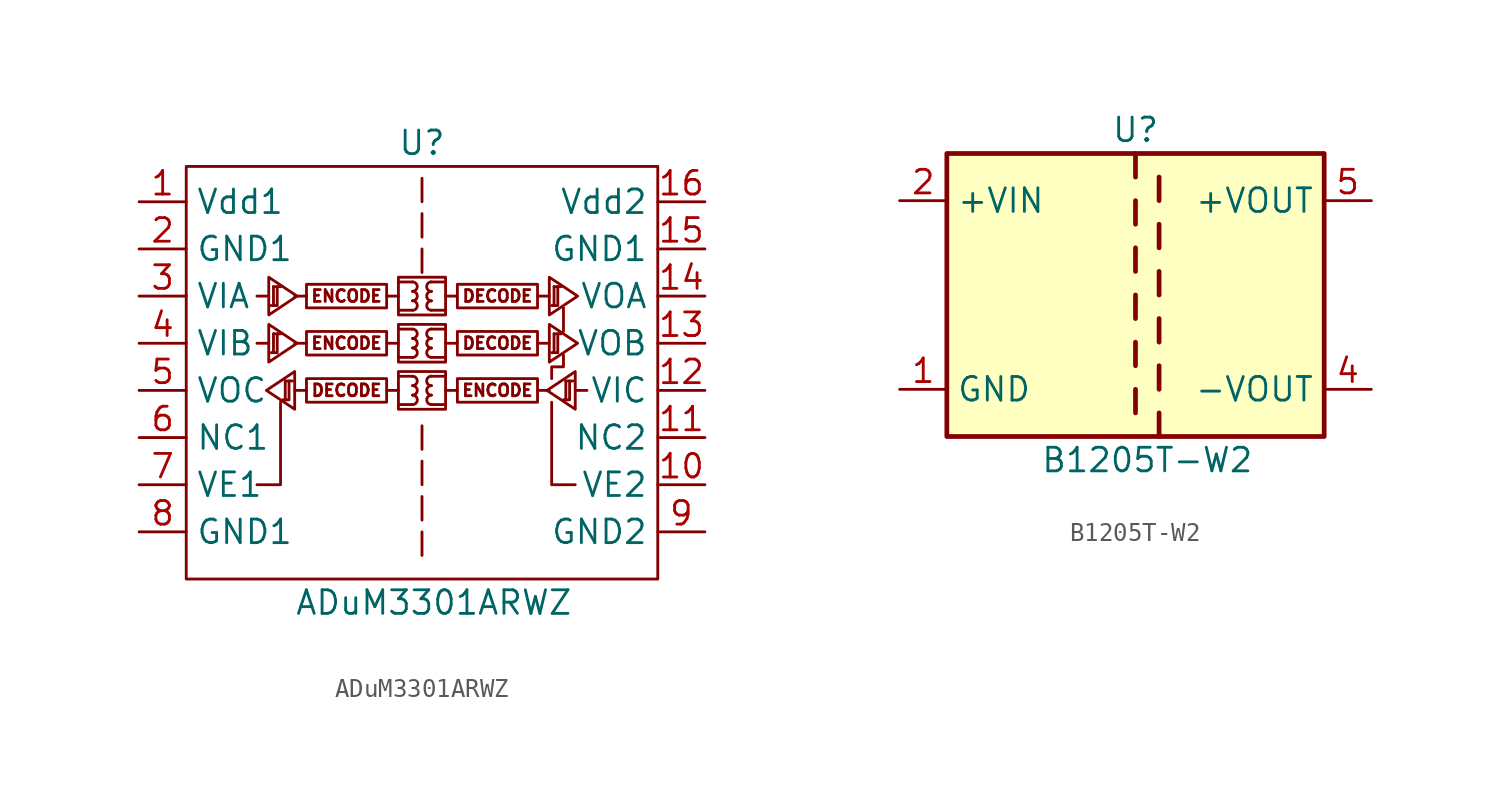
<source format=kicad_sym>
(kicad_symbol_lib
  (version 20211014)
  (generator kicad_symbol_editor)
  (symbol "ADuM3301ARWZ"
    (property "Reference" "U"
      (at 0 12.065 0)
      (effects (font (size 1.27 1.27))))
    (property "Value" "ADuM3301ARWZ"
      (at 0.635 -12.7 0)
      (effects (font (size 1.27 1.27))))
    (symbol "ADuM3301ARWZ_0_1"
      (rectangle (start -12.7 10.795) (end 12.7 -11.43) (stroke (width 0) (type default) (color 0 0 0 0)) (fill (type none)))
      (polyline (pts (xy -8.89 1.27) (xy -8.255 1.27)) (stroke (width 0) (type default) (color 0 0 0 0)) (fill (type none)))
      (polyline (pts (xy -8.89 3.81) (xy -8.255 3.81)) (stroke (width 0) (type default) (color 0 0 0 0)) (fill (type none)))
      (polyline (pts (xy 7.62 3.175) (xy 7.62 1.905)) (stroke (width 0) (type default) (color 0 0 0 0)) (fill (type none)))
      (polyline (pts (xy 8.255 -1.27) (xy 8.89 -1.27)) (stroke (width 0) (type default) (color 0 0 0 0)) (fill (type none)))
      (polyline (pts (xy -7.62 -1.905) (xy -7.62 -6.35) (xy -8.89 -6.35)) (stroke (width 0) (type default) (color 0 0 0 0)) (fill (type none)))
      (polyline (pts (xy 6.985 -1.905) (xy 6.985 -6.35) (xy 8.255 -6.35)) (stroke (width 0) (type default) (color 0 0 0 0)) (fill (type none)))
      (polyline (pts (xy 7.62 0.635) (xy 7.62 0) (xy 6.985 0) (xy 6.985 -0.635)) (stroke (width 0) (type default) (color 0 0 0 0)) (fill (type none))))
    (symbol "ADuM3301ARWZ_1_0"
      (rectangle (start -1.27 -0.254) (end 1.27 -2.286) (stroke (width 0) (type default) (color 0 0 0 0)) (fill (type none)))
      (rectangle (start -1.27 2.286) (end 1.27 0.254) (stroke (width 0) (type default) (color 0 0 0 0)) (fill (type none)))
      (rectangle (start -1.27 4.826) (end 1.27 2.794) (stroke (width 0) (type default) (color 0 0 0 0)) (fill (type none)))
      (arc (start -0.508 -2.032) (mid -0.254 -1.778) (end -0.508 -1.524) (stroke (width 0) (type default) (color 0 0 0 0)) (fill (type none)))
      (arc (start -0.508 -1.524) (mid -0.254 -1.27) (end -0.508 -1.016) (stroke (width 0) (type default) (color 0 0 0 0)) (fill (type none)))
      (arc (start -0.508 -1.016) (mid -0.254 -0.762) (end -0.508 -0.508) (stroke (width 0) (type default) (color 0 0 0 0)) (fill (type none)))
      (arc (start -0.508 0.508) (mid -0.254 0.762) (end -0.508 1.016) (stroke (width 0) (type default) (color 0 0 0 0)) (fill (type none)))
      (arc (start -0.508 1.016) (mid -0.254 1.27) (end -0.508 1.524) (stroke (width 0) (type default) (color 0 0 0 0)) (fill (type none)))
      (arc (start -0.508 1.524) (mid -0.254 1.778) (end -0.508 2.032) (stroke (width 0) (type default) (color 0 0 0 0)) (fill (type none)))
      (arc (start -0.508 3.048) (mid -0.254 3.302) (end -0.508 3.556) (stroke (width 0) (type default) (color 0 0 0 0)) (fill (type none)))
      (arc (start -0.508 3.556) (mid -0.254 3.81) (end -0.508 4.064) (stroke (width 0) (type default) (color 0 0 0 0)) (fill (type none)))
      (arc (start -0.508 4.064) (mid -0.254 4.318) (end -0.508 4.572) (stroke (width 0) (type default) (color 0 0 0 0)) (fill (type none)))
      (polyline (pts (xy -6.223 -1.27) (xy -6.858 -1.27)) (stroke (width 0) (type default) (color 0 0 0 0)) (fill (type none)))
      (polyline (pts (xy -6.223 1.27) (xy -6.858 1.27)) (stroke (width 0) (type default) (color 0 0 0 0)) (fill (type none)))
      (polyline (pts (xy -6.223 3.81) (xy -6.858 3.81)) (stroke (width 0) (type default) (color 0 0 0 0)) (fill (type none)))
      (polyline (pts (xy -1.905 -1.27) (xy -1.27 -1.27)) (stroke (width 0) (type default) (color 0 0 0 0)) (fill (type none)))
      (polyline (pts (xy -1.905 1.27) (xy -1.27 1.27)) (stroke (width 0) (type default) (color 0 0 0 0)) (fill (type none)))
      (polyline (pts (xy -1.905 3.81) (xy -1.27 3.81)) (stroke (width 0) (type default) (color 0 0 0 0)) (fill (type none)))
      (polyline (pts (xy -1.27 -2.032) (xy -0.508 -2.032)) (stroke (width 0) (type default) (color 0 0 0 0)) (fill (type none)))
      (polyline (pts (xy -1.27 -0.508) (xy -0.508 -0.508)) (stroke (width 0) (type default) (color 0 0 0 0)) (fill (type none)))
      (polyline (pts (xy -1.27 0.508) (xy -0.508 0.508)) (stroke (width 0) (type default) (color 0 0 0 0)) (fill (type none)))
      (polyline (pts (xy -1.27 2.032) (xy -0.508 2.032)) (stroke (width 0) (type default) (color 0 0 0 0)) (fill (type none)))
      (polyline (pts (xy -1.27 3.048) (xy -0.508 3.048)) (stroke (width 0) (type default) (color 0 0 0 0)) (fill (type none)))
      (polyline (pts (xy -1.27 4.572) (xy -0.508 4.572)) (stroke (width 0) (type default) (color 0 0 0 0)) (fill (type none)))
      (polyline (pts (xy 0 -8.89) (xy 0 -10.16)) (stroke (width 0) (type default) (color 0 0 0 0)) (fill (type none)))
      (polyline (pts (xy 0 -6.985) (xy 0 -8.255)) (stroke (width 0) (type default) (color 0 0 0 0)) (fill (type none)))
      (polyline (pts (xy 0 -5.08) (xy 0 -6.35)) (stroke (width 0) (type default) (color 0 0 0 0)) (fill (type none)))
      (polyline (pts (xy 0 -3.175) (xy 0 -4.445)) (stroke (width 0) (type default) (color 0 0 0 0)) (fill (type none)))
      (polyline (pts (xy 0 6.35) (xy 0 5.08)) (stroke (width 0) (type default) (color 0 0 0 0)) (fill (type none)))
      (polyline (pts (xy 0 8.255) (xy 0 6.985)) (stroke (width 0) (type default) (color 0 0 0 0)) (fill (type none)))
      (polyline (pts (xy 0 10.16) (xy 0 8.89)) (stroke (width 0) (type default) (color 0 0 0 0)) (fill (type none)))
      (polyline (pts (xy 1.27 -2.032) (xy 0.508 -2.032)) (stroke (width 0) (type default) (color 0 0 0 0)) (fill (type none)))
      (polyline (pts (xy 1.27 -0.508) (xy 0.508 -0.508)) (stroke (width 0) (type default) (color 0 0 0 0)) (fill (type none)))
      (polyline (pts (xy 1.27 0.508) (xy 0.508 0.508)) (stroke (width 0) (type default) (color 0 0 0 0)) (fill (type none)))
      (polyline (pts (xy 1.27 2.032) (xy 0.508 2.032)) (stroke (width 0) (type default) (color 0 0 0 0)) (fill (type none)))
      (polyline (pts (xy 1.27 3.048) (xy 0.508 3.048)) (stroke (width 0) (type default) (color 0 0 0 0)) (fill (type none)))
      (polyline (pts (xy 1.27 4.572) (xy 0.508 4.572)) (stroke (width 0) (type default) (color 0 0 0 0)) (fill (type none)))
      (polyline (pts (xy 1.905 -1.27) (xy 1.27 -1.27)) (stroke (width 0) (type default) (color 0 0 0 0)) (fill (type none)))
      (polyline (pts (xy 1.905 1.27) (xy 1.27 1.27)) (stroke (width 0) (type default) (color 0 0 0 0)) (fill (type none)))
      (polyline (pts (xy 1.905 3.81) (xy 1.27 3.81)) (stroke (width 0) (type default) (color 0 0 0 0)) (fill (type none)))
      (polyline (pts (xy 6.223 -1.27) (xy 6.858 -1.27)) (stroke (width 0) (type default) (color 0 0 0 0)) (fill (type none)))
      (polyline (pts (xy 6.223 1.27) (xy 6.858 1.27)) (stroke (width 0) (type default) (color 0 0 0 0)) (fill (type none)))
      (polyline (pts (xy 6.223 3.81) (xy 6.858 3.81)) (stroke (width 0) (type default) (color 0 0 0 0)) (fill (type none)))
      (arc (start 0.508 -1.524) (mid 0.254 -1.778) (end 0.508 -2.032) (stroke (width 0) (type default) (color 0 0 0 0)) (fill (type none)))
      (arc (start 0.508 -1.016) (mid 0.254 -1.27) (end 0.508 -1.524) (stroke (width 0) (type default) (color 0 0 0 0)) (fill (type none)))
      (arc (start 0.508 -0.508) (mid 0.254 -0.762) (end 0.508 -1.016) (stroke (width 0) (type default) (color 0 0 0 0)) (fill (type none)))
      (arc (start 0.508 1.016) (mid 0.254 0.762) (end 0.508 0.508) (stroke (width 0) (type default) (color 0 0 0 0)) (fill (type none)))
      (arc (start 0.508 1.524) (mid 0.254 1.27) (end 0.508 1.016) (stroke (width 0) (type default) (color 0 0 0 0)) (fill (type none)))
      (arc (start 0.508 2.032) (mid 0.254 1.778) (end 0.508 1.524) (stroke (width 0) (type default) (color 0 0 0 0)) (fill (type none)))
      (arc (start 0.508 3.556) (mid 0.254 3.302) (end 0.508 3.048) (stroke (width 0) (type default) (color 0 0 0 0)) (fill (type none)))
      (arc (start 0.508 4.064) (mid 0.254 3.81) (end 0.508 3.556) (stroke (width 0) (type default) (color 0 0 0 0)) (fill (type none)))
      (arc (start 0.508 4.572) (mid 0.254 4.318) (end 0.508 4.064) (stroke (width 0) (type default) (color 0 0 0 0)) (fill (type none)))
      (rectangle (start 1.905 -0.635) (end 6.223 -1.905) (stroke (width 0) (type default) (color 0 0 0 0)) (fill (type none)))
      (rectangle (start 1.905 1.905) (end 6.223 0.635) (stroke (width 0) (type default) (color 0 0 0 0)) (fill (type none)))
      (rectangle (start 1.905 4.445) (end 6.223 3.175) (stroke (width 0) (type default) (color 0 0 0 0)) (fill (type none)))
      (text "DECODE" (at -4.064 -1.27 0) (effects (font (size 0.635 0.635))))
      (text "DECODE" (at 4.064 1.27 0) (effects (font (size 0.635 0.635))))
      (text "DECODE" (at 4.064 3.81 0) (effects (font (size 0.635 0.635))))
      (text "ENCODE" (at -4.064 1.27 0) (effects (font (size 0.635 0.635))))
      (text "ENCODE" (at -4.064 3.81 0) (effects (font (size 0.635 0.635))))
      (text "ENCODE" (at 4.064 -1.27 0) (effects (font (size 0.635 0.635)))))
    (symbol "ADuM3301ARWZ_1_1"
      (rectangle (start -1.905 -0.635) (end -6.223 -1.905) (stroke (width 0) (type default) (color 0 0 0 0)) (fill (type none)))
      (rectangle (start -1.905 1.905) (end -6.223 0.635) (stroke (width 0) (type default) (color 0 0 0 0)) (fill (type none)))
      (rectangle (start -1.905 4.445) (end -6.223 3.175) (stroke (width 0) (type default) (color 0 0 0 0)) (fill (type none)))
      (polyline (pts (xy -8.001 1.778) (xy -7.62 1.778)) (stroke (width 0) (type default) (color 0 0 0 0)) (fill (type none)))
      (polyline (pts (xy -8.001 4.318) (xy -7.62 4.318)) (stroke (width 0) (type default) (color 0 0 0 0)) (fill (type none)))
      (polyline (pts (xy -7.366 -0.762) (xy -6.985 -0.762)) (stroke (width 0) (type default) (color 0 0 0 0)) (fill (type none)))
      (polyline (pts (xy 7.112 1.778) (xy 7.493 1.778)) (stroke (width 0) (type default) (color 0 0 0 0)) (fill (type none)))
      (polyline (pts (xy 7.112 4.318) (xy 7.493 4.318)) (stroke (width 0) (type default) (color 0 0 0 0)) (fill (type none)))
      (polyline (pts (xy 7.747 -0.762) (xy 8.128 -0.762)) (stroke (width 0) (type default) (color 0 0 0 0)) (fill (type none)))
      (polyline (pts (xy -8.052 0.762) (xy -7.798 0.762) (xy -7.798 1.778)) (stroke (width 0) (type default) (color 0 0 0 0)) (fill (type none)))
      (polyline (pts (xy -8.052 3.302) (xy -7.798 3.302) (xy -7.798 4.318)) (stroke (width 0) (type default) (color 0 0 0 0)) (fill (type none)))
      (polyline (pts (xy -8.001 1.778) (xy -8.001 0.762) (xy -8.128 0.762)) (stroke (width 0) (type default) (color 0 0 0 0)) (fill (type none)))
      (polyline (pts (xy -8.001 4.318) (xy -8.001 3.302) (xy -8.128 3.302)) (stroke (width 0) (type default) (color 0 0 0 0)) (fill (type none)))
      (polyline (pts (xy -7.417 -1.778) (xy -7.163 -1.778) (xy -7.163 -0.762)) (stroke (width 0) (type default) (color 0 0 0 0)) (fill (type none)))
      (polyline (pts (xy -7.366 -0.762) (xy -7.366 -1.778) (xy -7.493 -1.778)) (stroke (width 0) (type default) (color 0 0 0 0)) (fill (type none)))
      (polyline (pts (xy 7.061 0.762) (xy 7.315 0.762) (xy 7.315 1.778)) (stroke (width 0) (type default) (color 0 0 0 0)) (fill (type none)))
      (polyline (pts (xy 7.061 3.302) (xy 7.315 3.302) (xy 7.315 4.318)) (stroke (width 0) (type default) (color 0 0 0 0)) (fill (type none)))
      (polyline (pts (xy 7.112 1.778) (xy 7.112 0.762) (xy 6.985 0.762)) (stroke (width 0) (type default) (color 0 0 0 0)) (fill (type none)))
      (polyline (pts (xy 7.112 4.318) (xy 7.112 3.302) (xy 6.985 3.302)) (stroke (width 0) (type default) (color 0 0 0 0)) (fill (type none)))
      (polyline (pts (xy 7.696 -1.778) (xy 7.95 -1.778) (xy 7.95 -0.762)) (stroke (width 0) (type default) (color 0 0 0 0)) (fill (type none)))
      (polyline (pts (xy 7.747 -0.762) (xy 7.747 -1.778) (xy 7.62 -1.778)) (stroke (width 0) (type default) (color 0 0 0 0)) (fill (type none)))
      (polyline (pts (xy -8.382 -1.27) (xy -6.858 -0.254) (xy -6.858 -2.286) (xy -8.382 -1.27)) (stroke (width 0) (type default) (color 0 0 0 0)) (fill (type none)))
      (polyline (pts (xy -6.731 1.27) (xy -8.255 2.286) (xy -8.255 0.254) (xy -6.731 1.27)) (stroke (width 0) (type default) (color 0 0 0 0)) (fill (type none)))
      (polyline (pts (xy -6.731 3.81) (xy -8.255 4.826) (xy -8.255 2.794) (xy -6.731 3.81)) (stroke (width 0) (type default) (color 0 0 0 0)) (fill (type none)))
      (polyline (pts (xy 6.731 -1.27) (xy 8.255 -0.254) (xy 8.255 -2.286) (xy 6.731 -1.27)) (stroke (width 0) (type default) (color 0 0 0 0)) (fill (type none)))
      (polyline (pts (xy 8.382 1.27) (xy 6.858 2.286) (xy 6.858 0.254) (xy 8.382 1.27)) (stroke (width 0) (type default) (color 0 0 0 0)) (fill (type none)))
      (polyline (pts (xy 8.382 3.81) (xy 6.858 4.826) (xy 6.858 2.794) (xy 8.382 3.81)) (stroke (width 0) (type default) (color 0 0 0 0)) (fill (type none)))
      (pin power_in line (at -15.24 8.89 0) (length 2.54) (name "Vdd1" (effects (font (size 1.27 1.27)))) (number "1" (effects (font (size 1.27 1.27)))))
      (pin input line (at 15.24 -6.35 180) (length 2.54) (name "VE2" (effects (font (size 1.27 1.27)))) (number "10" (effects (font (size 1.27 1.27)))))
      (pin free line (at 15.24 -3.81 180) (length 2.54) (name "NC2" (effects (font (size 1.27 1.27)))) (number "11" (effects (font (size 1.27 1.27)))))
      (pin input line (at 15.24 -1.27 180) (length 2.54) (name "VIC" (effects (font (size 1.27 1.27)))) (number "12" (effects (font (size 1.27 1.27)))))
      (pin output line (at 15.24 1.27 180) (length 2.54) (name "VOB" (effects (font (size 1.27 1.27)))) (number "13" (effects (font (size 1.27 1.27)))))
      (pin output line (at 15.24 3.81 180) (length 2.54) (name "VOA" (effects (font (size 1.27 1.27)))) (number "14" (effects (font (size 1.27 1.27)))))
      (pin power_in line (at 15.24 6.35 180) (length 2.54) (name "GND1" (effects (font (size 1.27 1.27)))) (number "15" (effects (font (size 1.27 1.27)))))
      (pin power_in line (at 15.24 8.89 180) (length 2.54) (name "Vdd2" (effects (font (size 1.27 1.27)))) (number "16" (effects (font (size 1.27 1.27)))))
      (pin power_in line (at -15.24 6.35 0) (length 2.54) (name "GND1" (effects (font (size 1.27 1.27)))) (number "2" (effects (font (size 1.27 1.27)))))
      (pin input line (at -15.24 3.81 0) (length 2.54) (name "VIA" (effects (font (size 1.27 1.27)))) (number "3" (effects (font (size 1.27 1.27)))))
      (pin input line (at -15.24 1.27 0) (length 2.54) (name "VIB" (effects (font (size 1.27 1.27)))) (number "4" (effects (font (size 1.27 1.27)))))
      (pin output line (at -15.24 -1.27 0) (length 2.54) (name "VOC" (effects (font (size 1.27 1.27)))) (number "5" (effects (font (size 1.27 1.27)))))
      (pin free line (at -15.24 -3.81 0) (length 2.54) (name "NC1" (effects (font (size 1.27 1.27)))) (number "6" (effects (font (size 1.27 1.27)))))
      (pin input line (at -15.24 -6.35 0) (length 2.54) (name "VE1" (effects (font (size 1.27 1.27)))) (number "7" (effects (font (size 1.27 1.27)))))
      (pin power_in line (at -15.24 -8.89 0) (length 2.54) (name "GND1" (effects (font (size 1.27 1.27)))) (number "8" (effects (font (size 1.27 1.27)))))
      (pin power_in line (at 15.24 -8.89 180) (length 2.54) (name "GND2" (effects (font (size 1.27 1.27)))) (number "9" (effects (font (size 1.27 1.27)))))))
  (symbol "B1205T-W2"
    (property "Reference" "U"
      (at 0 8.89 0)
      (effects (font (size 1.27 1.27))))
    (property "Value" "B1205T-W2"
      (at 0.635 -8.89 0)
      (effects (font (size 1.27 1.27))))
    (symbol "B1205T-W2_0_1"
      (rectangle (start -10.16 7.62) (end 10.16 -7.62) (stroke (width 0.254) (type default) (color 0 0 0 0)) (fill (type background)))
      (polyline (pts (xy 0 -5.08) (xy 0 -6.35)) (stroke (width 0.254) (type default) (color 0 0 0 0)) (fill (type none)))
      (polyline (pts (xy 0 -2.54) (xy 0 -3.81)) (stroke (width 0.254) (type default) (color 0 0 0 0)) (fill (type none)))
      (polyline (pts (xy 0 0) (xy 0 -1.27)) (stroke (width 0.254) (type default) (color 0 0 0 0)) (fill (type none)))
      (polyline (pts (xy 0 2.54) (xy 0 1.27)) (stroke (width 0.254) (type default) (color 0 0 0 0)) (fill (type none)))
      (polyline (pts (xy 0 5.08) (xy 0 3.81)) (stroke (width 0.254) (type default) (color 0 0 0 0)) (fill (type none)))
      (polyline (pts (xy 0 7.62) (xy 0 6.35)) (stroke (width 0.254) (type default) (color 0 0 0 0)) (fill (type none)))
      (polyline (pts (xy 1.27 -7.62) (xy 1.27 -6.35)) (stroke (width 0.254) (type default) (color 0 0 0 0)) (fill (type none)))
      (polyline (pts (xy 1.27 -5.08) (xy 1.27 -3.81)) (stroke (width 0.254) (type default) (color 0 0 0 0)) (fill (type none)))
      (polyline (pts (xy 1.27 -2.54) (xy 1.27 -1.27)) (stroke (width 0.254) (type default) (color 0 0 0 0)) (fill (type none)))
      (polyline (pts (xy 1.27 0) (xy 1.27 1.27)) (stroke (width 0.254) (type default) (color 0 0 0 0)) (fill (type none)))
      (polyline (pts (xy 1.27 2.54) (xy 1.27 3.81)) (stroke (width 0.254) (type default) (color 0 0 0 0)) (fill (type none)))
      (polyline (pts (xy 1.27 5.08) (xy 1.27 6.35)) (stroke (width 0.254) (type default) (color 0 0 0 0)) (fill (type none))))
    (symbol "B1205T-W2_1_1"
      (pin power_in line (at -12.7 -5.08 0) (length 2.54) (name "GND" (effects (font (size 1.27 1.27)))) (number "1" (effects (font (size 1.27 1.27)))))
      (pin power_in line (at -12.7 5.08 0) (length 2.54) (name "+VIN" (effects (font (size 1.27 1.27)))) (number "2" (effects (font (size 1.27 1.27)))))
      (pin no_connect line (at 12.7 -2.54 180) (length 2.54) hide (name "NC" (effects (font (size 1.27 1.27)))) (number "3" (effects (font (size 1.27 1.27)))))
      (pin power_out line (at 12.7 -5.08 180) (length 2.54) (name "-VOUT" (effects (font (size 1.27 1.27)))) (number "4" (effects (font (size 1.27 1.27)))))
      (pin power_out line (at 12.7 5.08 180) (length 2.54) (name "+VOUT" (effects (font (size 1.27 1.27)))) (number "5" (effects (font (size 1.27 1.27)))))
      (pin no_connect line (at 12.7 2.54 180) (length 2.54) hide (name "NC" (effects (font (size 1.27 1.27)))) (number "6" (effects (font (size 1.27 1.27)))))
      (pin no_connect line (at -12.7 2.54 0) (length 2.54) hide (name "NC" (effects (font (size 1.27 1.27)))) (number "7" (effects (font (size 1.27 1.27)))))
      (pin no_connect line (at -12.7 -2.54 0) (length 2.54) hide (name "NC" (effects (font (size 1.27 1.27)))) (number "8" (effects (font (size 1.27 1.27))))))))
</source>
